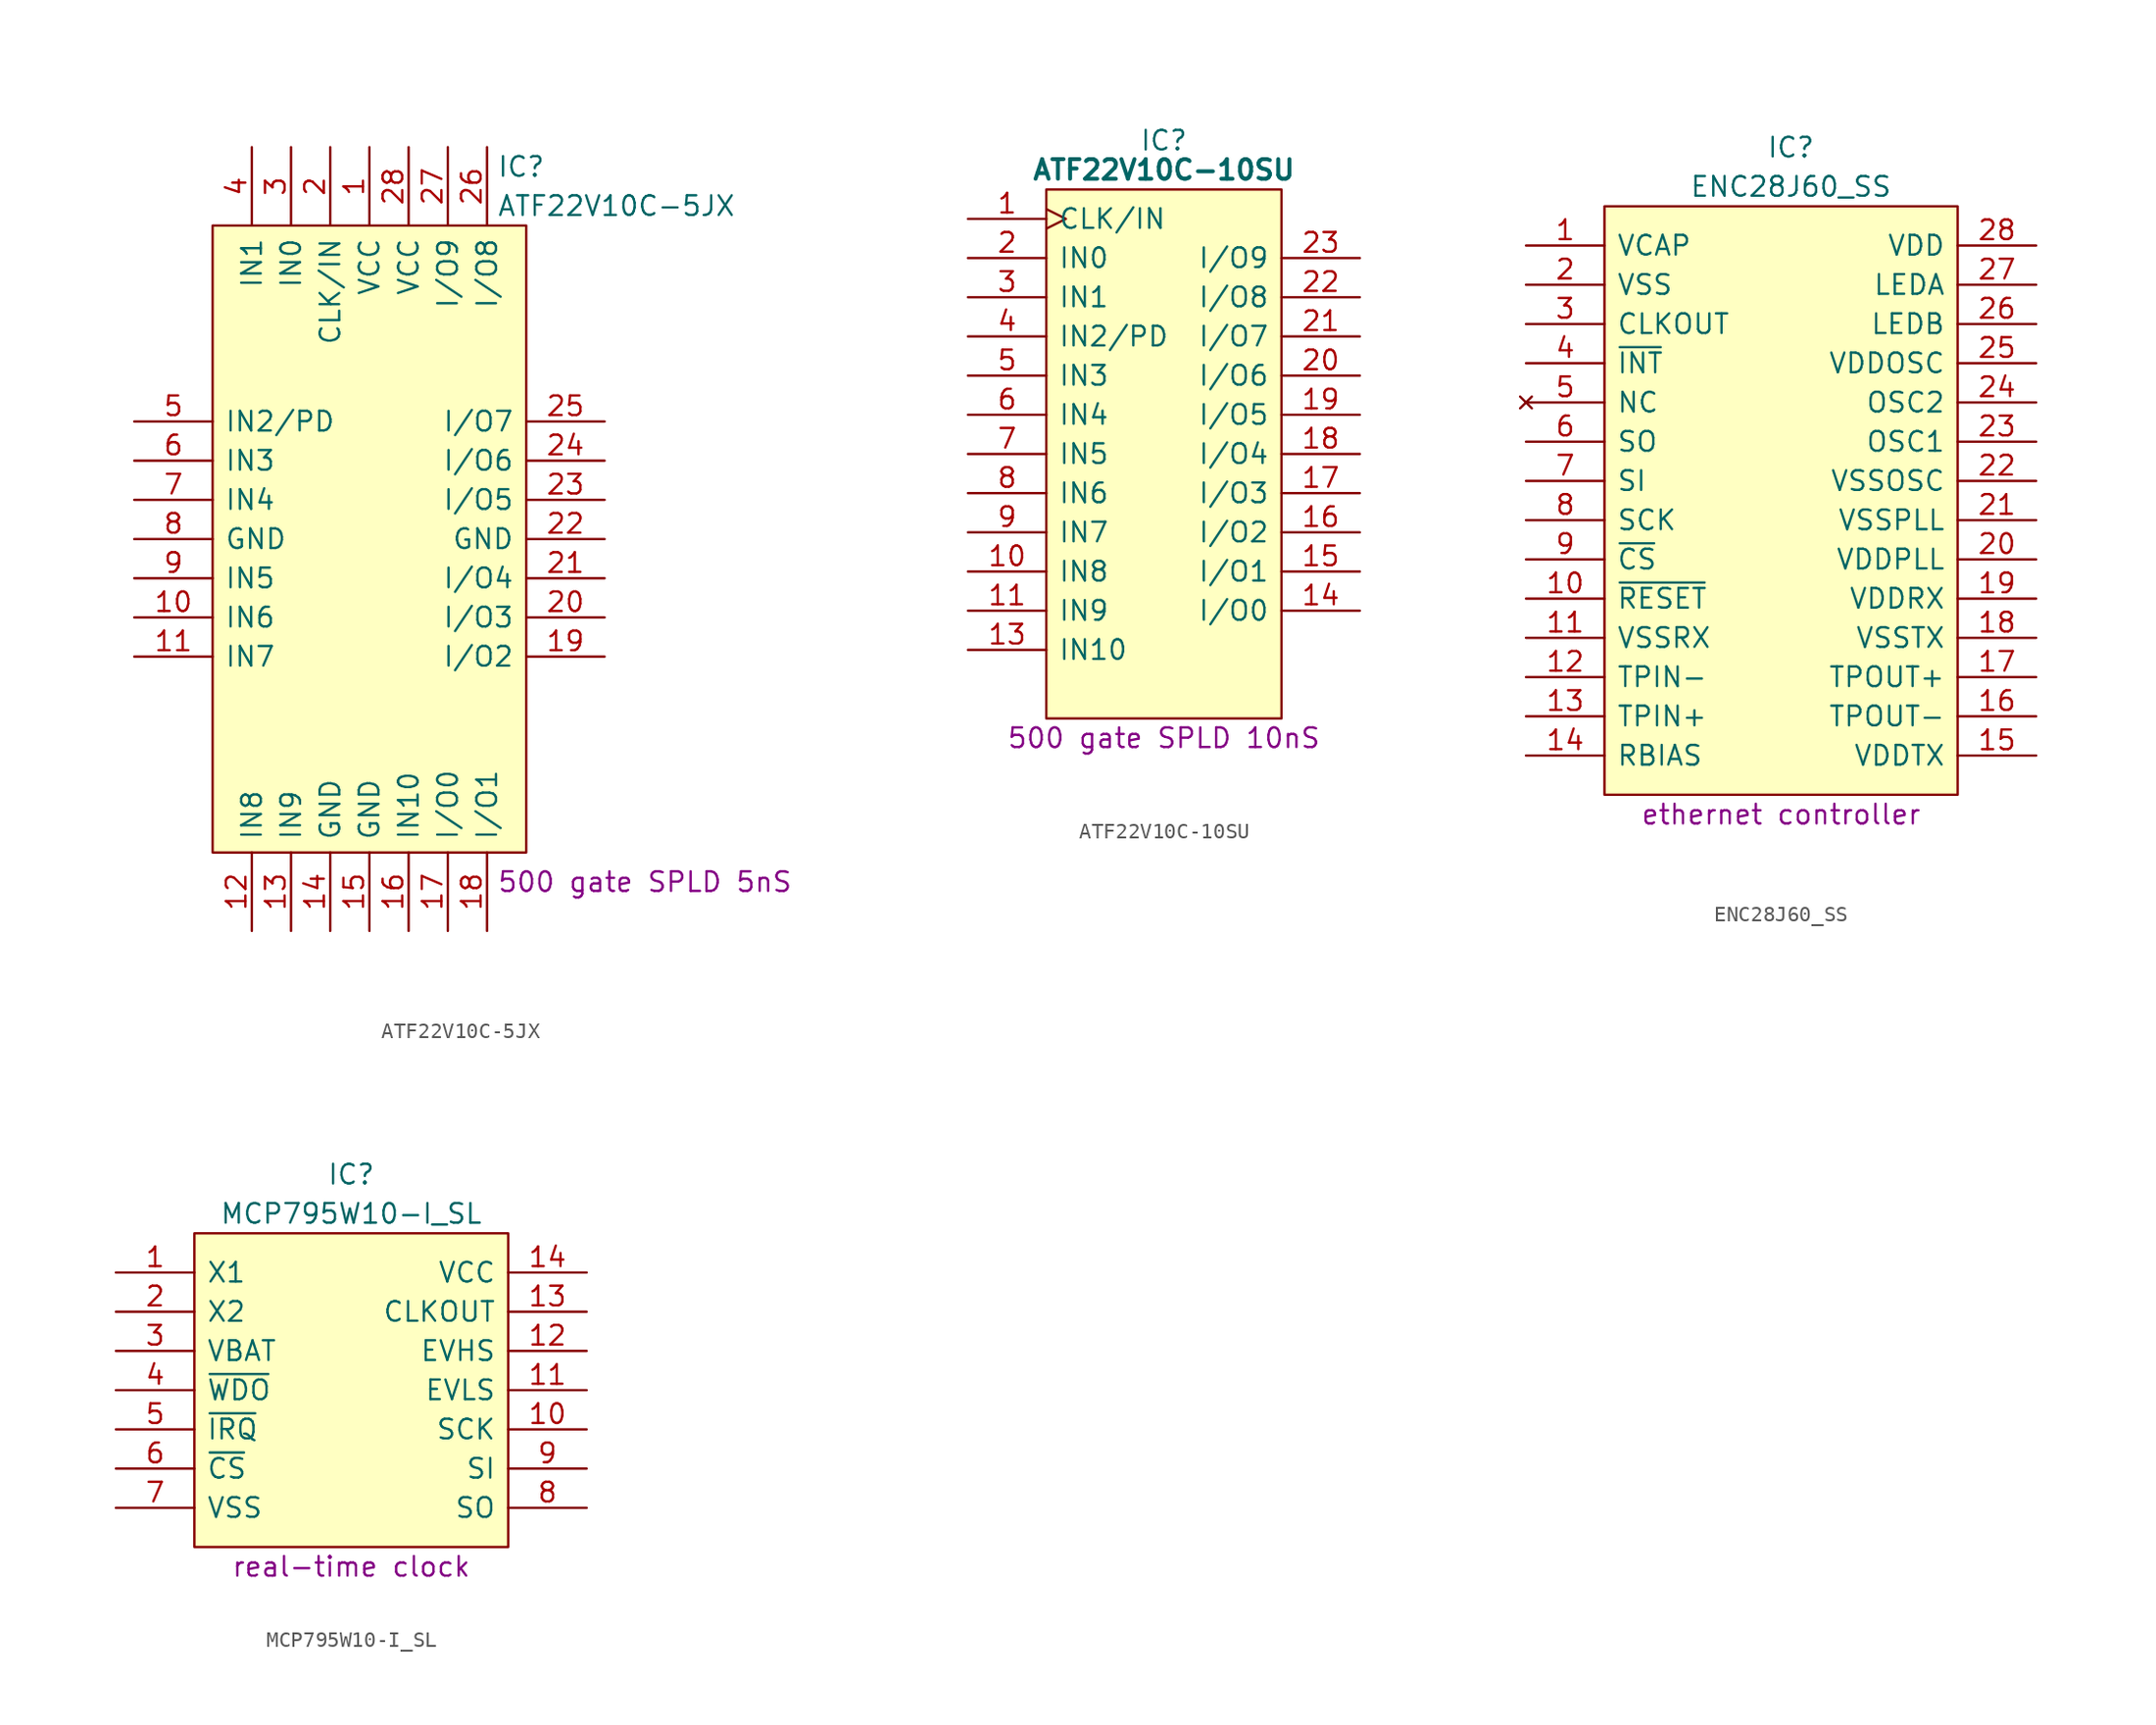
<source format=kicad_sym>
(kicad_symbol_lib
  (version 20231120)
  (generator "kicad_symbol_editor")
  (generator_version "8.0")
  (symbol "ATF22V10C-5JX"
    (pin_names
      (offset 0.762))
    (property "Reference" "IC"
      (at 23.495 16.51 0)
      (effects (font (size 1.27 1.27)) (justify left)))
    (property "Value" "ATF22V10C-5JX"
      (at 23.495 13.97 0)
      (effects (font (size 1.27 1.27)) (justify left)))
    (property "Description" "500 gate SPLD 5nS"
      (at 23.495 -29.845 0)
      (effects (font (size 1.27 1.27)) (justify left)))
    (symbol "ATF22V10C-5JX_0_0"
      (pin passive line (at 15.24 17.78 270) (length 5.08) (name "VCC" (effects (font (size 1.27 1.27)))) (number "1" (effects (font (size 1.27 1.27)))))
      (pin passive line (at 0 -12.7 0) (length 5.08) (name "IN6" (effects (font (size 1.27 1.27)))) (number "10" (effects (font (size 1.27 1.27)))))
      (pin passive line (at 0 -15.24 0) (length 5.08) (name "IN7" (effects (font (size 1.27 1.27)))) (number "11" (effects (font (size 1.27 1.27)))))
      (pin passive line (at 7.62 -33.02 90) (length 5.08) (name "IN8" (effects (font (size 1.27 1.27)))) (number "12" (effects (font (size 1.27 1.27)))))
      (pin passive line (at 10.16 -33.02 90) (length 5.08) (name "IN9" (effects (font (size 1.27 1.27)))) (number "13" (effects (font (size 1.27 1.27)))))
      (pin passive line (at 12.7 -33.02 90) (length 5.08) (name "GND" (effects (font (size 1.27 1.27)))) (number "14" (effects (font (size 1.27 1.27)))))
      (pin passive line (at 15.24 -33.02 90) (length 5.08) (name "GND" (effects (font (size 1.27 1.27)))) (number "15" (effects (font (size 1.27 1.27)))))
      (pin passive line (at 17.78 -33.02 90) (length 5.08) (name "IN10" (effects (font (size 1.27 1.27)))) (number "16" (effects (font (size 1.27 1.27)))))
      (pin passive line (at 20.32 -33.02 90) (length 5.08) (name "I/O0" (effects (font (size 1.27 1.27)))) (number "17" (effects (font (size 1.27 1.27)))))
      (pin passive line (at 22.86 -33.02 90) (length 5.08) (name "I/O1" (effects (font (size 1.27 1.27)))) (number "18" (effects (font (size 1.27 1.27)))))
      (pin passive line (at 30.48 -15.24 180) (length 5.08) (name "I/O2" (effects (font (size 1.27 1.27)))) (number "19" (effects (font (size 1.27 1.27)))))
      (pin passive line (at 12.7 17.78 270) (length 5.08) (name "CLK/IN" (effects (font (size 1.27 1.27)))) (number "2" (effects (font (size 1.27 1.27)))))
      (pin passive line (at 30.48 -12.7 180) (length 5.08) (name "I/O3" (effects (font (size 1.27 1.27)))) (number "20" (effects (font (size 1.27 1.27)))))
      (pin passive line (at 30.48 -10.16 180) (length 5.08) (name "I/O4" (effects (font (size 1.27 1.27)))) (number "21" (effects (font (size 1.27 1.27)))))
      (pin passive line (at 30.48 -7.62 180) (length 5.08) (name "GND" (effects (font (size 1.27 1.27)))) (number "22" (effects (font (size 1.27 1.27)))))
      (pin passive line (at 30.48 -5.08 180) (length 5.08) (name "I/O5" (effects (font (size 1.27 1.27)))) (number "23" (effects (font (size 1.27 1.27)))))
      (pin passive line (at 30.48 -2.54 180) (length 5.08) (name "I/O6" (effects (font (size 1.27 1.27)))) (number "24" (effects (font (size 1.27 1.27)))))
      (pin passive line (at 30.48 0 180) (length 5.08) (name "I/O7" (effects (font (size 1.27 1.27)))) (number "25" (effects (font (size 1.27 1.27)))))
      (pin passive line (at 22.86 17.78 270) (length 5.08) (name "I/O8" (effects (font (size 1.27 1.27)))) (number "26" (effects (font (size 1.27 1.27)))))
      (pin passive line (at 20.32 17.78 270) (length 5.08) (name "I/O9" (effects (font (size 1.27 1.27)))) (number "27" (effects (font (size 1.27 1.27)))))
      (pin passive line (at 17.78 17.78 270) (length 5.08) (name "VCC" (effects (font (size 1.27 1.27)))) (number "28" (effects (font (size 1.27 1.27)))))
      (pin passive line (at 10.16 17.78 270) (length 5.08) (name "IN0" (effects (font (size 1.27 1.27)))) (number "3" (effects (font (size 1.27 1.27)))))
      (pin passive line (at 7.62 17.78 270) (length 5.08) (name "IN1" (effects (font (size 1.27 1.27)))) (number "4" (effects (font (size 1.27 1.27)))))
      (pin passive line (at 0 0 0) (length 5.08) (name "IN2/PD" (effects (font (size 1.27 1.27)))) (number "5" (effects (font (size 1.27 1.27)))))
      (pin passive line (at 0 -2.54 0) (length 5.08) (name "IN3" (effects (font (size 1.27 1.27)))) (number "6" (effects (font (size 1.27 1.27)))))
      (pin passive line (at 0 -5.08 0) (length 5.08) (name "IN4" (effects (font (size 1.27 1.27)))) (number "7" (effects (font (size 1.27 1.27)))))
      (pin passive line (at 0 -7.62 0) (length 5.08) (name "GND" (effects (font (size 1.27 1.27)))) (number "8" (effects (font (size 1.27 1.27)))))
      (pin passive line (at 0 -10.16 0) (length 5.08) (name "IN5" (effects (font (size 1.27 1.27)))) (number "9" (effects (font (size 1.27 1.27))))))
    (symbol "ATF22V10C-5JX_0_1"
      (polyline (pts (xy 5.08 12.7) (xy 25.4 12.7) (xy 25.4 -27.94) (xy 5.08 -27.94) (xy 5.08 12.7)) (stroke (width 0.152) (type default)) (fill (type background)))))
  (symbol "ATF22V10C-10SU"
    (pin_names
      (offset 0.762))
    (property "Reference" "IC"
      (at 12.7 5.08 0)
      (effects (font (size 1.27 1.27))))
    (property "Value" "ATF22V10C-10SU"
      (at 12.7 3.175 0)
      (effects (font (size 1.27 1.27) (bold yes))))
    (property "Description" "500 gate SPLD 10nS"
      (at 12.7 -33.655 0)
      (effects (font (size 1.27 1.27))))
    (symbol "ATF22V10C-10SU_0_0"
      (pin input clock (at 0 0 0) (length 5.08) (name "CLK/IN" (effects (font (size 1.27 1.27)))) (number "1" (effects (font (size 1.27 1.27)))))
      (pin input line (at 0 -22.86 0) (length 5.08) (name "IN8" (effects (font (size 1.27 1.27)))) (number "10" (effects (font (size 1.27 1.27)))))
      (pin input line (at 0 -25.4 0) (length 5.08) (name "IN9" (effects (font (size 1.27 1.27)))) (number "11" (effects (font (size 1.27 1.27)))))
      (pin passive line (at 0 -30.48 0) (length 5.08) hide (name "GND" (effects (font (size 1.27 1.27)))) (number "12" (effects (font (size 1.27 1.27)))))
      (pin input line (at 0 -27.94 0) (length 5.08) (name "IN10" (effects (font (size 1.27 1.27)))) (number "13" (effects (font (size 1.27 1.27)))))
      (pin bidirectional line (at 25.4 -25.4 180) (length 5.08) (name "I/O0" (effects (font (size 1.27 1.27)))) (number "14" (effects (font (size 1.27 1.27)))))
      (pin bidirectional line (at 25.4 -22.86 180) (length 5.08) (name "I/O1" (effects (font (size 1.27 1.27)))) (number "15" (effects (font (size 1.27 1.27)))))
      (pin bidirectional line (at 25.4 -20.32 180) (length 5.08) (name "I/O2" (effects (font (size 1.27 1.27)))) (number "16" (effects (font (size 1.27 1.27)))))
      (pin bidirectional line (at 25.4 -17.78 180) (length 5.08) (name "I/O3" (effects (font (size 1.27 1.27)))) (number "17" (effects (font (size 1.27 1.27)))))
      (pin bidirectional line (at 25.4 -15.24 180) (length 5.08) (name "I/O4" (effects (font (size 1.27 1.27)))) (number "18" (effects (font (size 1.27 1.27)))))
      (pin bidirectional line (at 25.4 -12.7 180) (length 5.08) (name "I/O5" (effects (font (size 1.27 1.27)))) (number "19" (effects (font (size 1.27 1.27)))))
      (pin input line (at 0 -2.54 0) (length 5.08) (name "IN0" (effects (font (size 1.27 1.27)))) (number "2" (effects (font (size 1.27 1.27)))))
      (pin bidirectional line (at 25.4 -10.16 180) (length 5.08) (name "I/O6" (effects (font (size 1.27 1.27)))) (number "20" (effects (font (size 1.27 1.27)))))
      (pin bidirectional line (at 25.4 -7.62 180) (length 5.08) (name "I/O7" (effects (font (size 1.27 1.27)))) (number "21" (effects (font (size 1.27 1.27)))))
      (pin bidirectional line (at 25.4 -5.08 180) (length 5.08) (name "I/O8" (effects (font (size 1.27 1.27)))) (number "22" (effects (font (size 1.27 1.27)))))
      (pin bidirectional line (at 25.4 -2.54 180) (length 5.08) (name "I/O9" (effects (font (size 1.27 1.27)))) (number "23" (effects (font (size 1.27 1.27)))))
      (pin passive line (at 25.4 0 180) (length 5.08) hide (name "5V" (effects (font (size 1.27 1.27)))) (number "24" (effects (font (size 1.27 1.27)))))
      (pin input line (at 0 -5.08 0) (length 5.08) (name "IN1" (effects (font (size 1.27 1.27)))) (number "3" (effects (font (size 1.27 1.27)))))
      (pin input line (at 0 -7.62 0) (length 5.08) (name "IN2/PD" (effects (font (size 1.27 1.27)))) (number "4" (effects (font (size 1.27 1.27)))))
      (pin input line (at 0 -10.16 0) (length 5.08) (name "IN3" (effects (font (size 1.27 1.27)))) (number "5" (effects (font (size 1.27 1.27)))))
      (pin input line (at 0 -12.7 0) (length 5.08) (name "IN4" (effects (font (size 1.27 1.27)))) (number "6" (effects (font (size 1.27 1.27)))))
      (pin input line (at 0 -15.24 0) (length 5.08) (name "IN5" (effects (font (size 1.27 1.27)))) (number "7" (effects (font (size 1.27 1.27)))))
      (pin input line (at 0 -17.78 0) (length 5.08) (name "IN6" (effects (font (size 1.27 1.27)))) (number "8" (effects (font (size 1.27 1.27)))))
      (pin input line (at 0 -20.32 0) (length 5.08) (name "IN7" (effects (font (size 1.27 1.27)))) (number "9" (effects (font (size 1.27 1.27))))))
    (symbol "ATF22V10C-10SU_0_1"
      (polyline (pts (xy 5.08 1.905) (xy 20.32 1.905) (xy 20.32 -32.385) (xy 5.08 -32.385) (xy 5.08 1.905)) (stroke (width 0.152) (type default)) (fill (type background)))))
  (symbol "ENC28J60_SS"
    (pin_names
      (offset 0.762))
    (property "Reference" "IC"
      (at 17.145 6.35 0)
      (effects (font (size 1.27 1.27))))
    (property "Value" "ENC28J60_SS"
      (at 17.145 3.81 0)
      (effects (font (size 1.27 1.27))))
    (property "Description" "ethernet controller"
      (at 16.51 -36.83 0)
      (effects (font (size 1.27 1.27))))
    (symbol "ENC28J60_SS_0_0"
      (pin passive line (at 0 0 0) (length 5.08) (name "VCAP" (effects (font (size 1.27 1.27)))) (number "1" (effects (font (size 1.27 1.27)))))
      (pin passive line (at 0 -22.86 0) (length 5.08) (name "~{RESET}" (effects (font (size 1.27 1.27)))) (number "10" (effects (font (size 1.27 1.27)))))
      (pin passive line (at 0 -25.4 0) (length 5.08) (name "VSSRX" (effects (font (size 1.27 1.27)))) (number "11" (effects (font (size 1.27 1.27)))))
      (pin passive line (at 0 -27.94 0) (length 5.08) (name "TPIN-" (effects (font (size 1.27 1.27)))) (number "12" (effects (font (size 1.27 1.27)))))
      (pin passive line (at 0 -30.48 0) (length 5.08) (name "TPIN+" (effects (font (size 1.27 1.27)))) (number "13" (effects (font (size 1.27 1.27)))))
      (pin passive line (at 0 -33.02 0) (length 5.08) (name "RBIAS" (effects (font (size 1.27 1.27)))) (number "14" (effects (font (size 1.27 1.27)))))
      (pin passive line (at 33.02 -33.02 180) (length 5.08) (name "VDDTX" (effects (font (size 1.27 1.27)))) (number "15" (effects (font (size 1.27 1.27)))))
      (pin passive line (at 33.02 -30.48 180) (length 5.08) (name "TPOUT-" (effects (font (size 1.27 1.27)))) (number "16" (effects (font (size 1.27 1.27)))))
      (pin passive line (at 33.02 -27.94 180) (length 5.08) (name "TPOUT+" (effects (font (size 1.27 1.27)))) (number "17" (effects (font (size 1.27 1.27)))))
      (pin passive line (at 33.02 -25.4 180) (length 5.08) (name "VSSTX" (effects (font (size 1.27 1.27)))) (number "18" (effects (font (size 1.27 1.27)))))
      (pin passive line (at 33.02 -22.86 180) (length 5.08) (name "VDDRX" (effects (font (size 1.27 1.27)))) (number "19" (effects (font (size 1.27 1.27)))))
      (pin passive line (at 0 -2.54 0) (length 5.08) (name "VSS" (effects (font (size 1.27 1.27)))) (number "2" (effects (font (size 1.27 1.27)))))
      (pin passive line (at 33.02 -20.32 180) (length 5.08) (name "VDDPLL" (effects (font (size 1.27 1.27)))) (number "20" (effects (font (size 1.27 1.27)))))
      (pin passive line (at 33.02 -17.78 180) (length 5.08) (name "VSSPLL" (effects (font (size 1.27 1.27)))) (number "21" (effects (font (size 1.27 1.27)))))
      (pin passive line (at 33.02 -15.24 180) (length 5.08) (name "VSSOSC" (effects (font (size 1.27 1.27)))) (number "22" (effects (font (size 1.27 1.27)))))
      (pin passive line (at 33.02 -12.7 180) (length 5.08) (name "OSC1" (effects (font (size 1.27 1.27)))) (number "23" (effects (font (size 1.27 1.27)))))
      (pin passive line (at 33.02 -10.16 180) (length 5.08) (name "OSC2" (effects (font (size 1.27 1.27)))) (number "24" (effects (font (size 1.27 1.27)))))
      (pin passive line (at 33.02 -7.62 180) (length 5.08) (name "VDDOSC" (effects (font (size 1.27 1.27)))) (number "25" (effects (font (size 1.27 1.27)))))
      (pin passive line (at 33.02 -5.08 180) (length 5.08) (name "LEDB" (effects (font (size 1.27 1.27)))) (number "26" (effects (font (size 1.27 1.27)))))
      (pin passive line (at 33.02 -2.54 180) (length 5.08) (name "LEDA" (effects (font (size 1.27 1.27)))) (number "27" (effects (font (size 1.27 1.27)))))
      (pin passive line (at 33.02 0 180) (length 5.08) (name "VDD" (effects (font (size 1.27 1.27)))) (number "28" (effects (font (size 1.27 1.27)))))
      (pin passive line (at 0 -5.08 0) (length 5.08) (name "CLKOUT" (effects (font (size 1.27 1.27)))) (number "3" (effects (font (size 1.27 1.27)))))
      (pin passive line (at 0 -7.62 0) (length 5.08) (name "~{INT}" (effects (font (size 1.27 1.27)))) (number "4" (effects (font (size 1.27 1.27)))))
      (pin no_connect line (at 0 -10.16 0) (length 5.08) (name "NC" (effects (font (size 1.27 1.27)))) (number "5" (effects (font (size 1.27 1.27)))))
      (pin passive line (at 0 -12.7 0) (length 5.08) (name "SO" (effects (font (size 1.27 1.27)))) (number "6" (effects (font (size 1.27 1.27)))))
      (pin passive line (at 0 -15.24 0) (length 5.08) (name "SI" (effects (font (size 1.27 1.27)))) (number "7" (effects (font (size 1.27 1.27)))))
      (pin passive line (at 0 -17.78 0) (length 5.08) (name "SCK" (effects (font (size 1.27 1.27)))) (number "8" (effects (font (size 1.27 1.27)))))
      (pin passive line (at 0 -20.32 0) (length 5.08) (name "~{CS}" (effects (font (size 1.27 1.27)))) (number "9" (effects (font (size 1.27 1.27))))))
    (symbol "ENC28J60_SS_0_1"
      (polyline (pts (xy 5.08 2.54) (xy 27.94 2.54) (xy 27.94 -35.56) (xy 5.08 -35.56) (xy 5.08 2.54)) (stroke (width 0.152) (type default)) (fill (type background)))))
  (symbol "MCP795W10-I_SL"
    (pin_names
      (offset 0.762))
    (property "Reference" "IC"
      (at 15.24 6.35 0)
      (effects (font (size 1.27 1.27))))
    (property "Value" "MCP795W10-I_SL"
      (at 15.24 3.81 0)
      (effects (font (size 1.27 1.27))))
    (property "Description" "real-time clock"
      (at 15.24 -19.05 0)
      (effects (font (size 1.27 1.27))))
    (symbol "MCP795W10-I_SL_0_0"
      (pin passive line (at 0 0 0) (length 5.08) (name "X1" (effects (font (size 1.27 1.27)))) (number "1" (effects (font (size 1.27 1.27)))))
      (pin passive line (at 30.48 -10.16 180) (length 5.08) (name "SCK" (effects (font (size 1.27 1.27)))) (number "10" (effects (font (size 1.27 1.27)))))
      (pin passive line (at 30.48 -7.62 180) (length 5.08) (name "EVLS" (effects (font (size 1.27 1.27)))) (number "11" (effects (font (size 1.27 1.27)))))
      (pin passive line (at 30.48 -5.08 180) (length 5.08) (name "EVHS" (effects (font (size 1.27 1.27)))) (number "12" (effects (font (size 1.27 1.27)))))
      (pin passive line (at 30.48 -2.54 180) (length 5.08) (name "CLKOUT" (effects (font (size 1.27 1.27)))) (number "13" (effects (font (size 1.27 1.27)))))
      (pin passive line (at 30.48 0 180) (length 5.08) (name "VCC" (effects (font (size 1.27 1.27)))) (number "14" (effects (font (size 1.27 1.27)))))
      (pin passive line (at 0 -2.54 0) (length 5.08) (name "X2" (effects (font (size 1.27 1.27)))) (number "2" (effects (font (size 1.27 1.27)))))
      (pin passive line (at 0 -5.08 0) (length 5.08) (name "VBAT" (effects (font (size 1.27 1.27)))) (number "3" (effects (font (size 1.27 1.27)))))
      (pin passive line (at 0 -7.62 0) (length 5.08) (name "~{WDO}" (effects (font (size 1.27 1.27)))) (number "4" (effects (font (size 1.27 1.27)))))
      (pin passive line (at 0 -10.16 0) (length 5.08) (name "~{IRQ}" (effects (font (size 1.27 1.27)))) (number "5" (effects (font (size 1.27 1.27)))))
      (pin passive line (at 0 -12.7 0) (length 5.08) (name "~{CS}" (effects (font (size 1.27 1.27)))) (number "6" (effects (font (size 1.27 1.27)))))
      (pin passive line (at 0 -15.24 0) (length 5.08) (name "VSS" (effects (font (size 1.27 1.27)))) (number "7" (effects (font (size 1.27 1.27)))))
      (pin passive line (at 30.48 -15.24 180) (length 5.08) (name "SO" (effects (font (size 1.27 1.27)))) (number "8" (effects (font (size 1.27 1.27)))))
      (pin passive line (at 30.48 -12.7 180) (length 5.08) (name "SI" (effects (font (size 1.27 1.27)))) (number "9" (effects (font (size 1.27 1.27))))))
    (symbol "MCP795W10-I_SL_0_1"
      (polyline (pts (xy 5.08 2.54) (xy 25.4 2.54) (xy 25.4 -17.78) (xy 5.08 -17.78) (xy 5.08 2.54)) (stroke (width 0.152) (type default)) (fill (type background))))))
</source>
